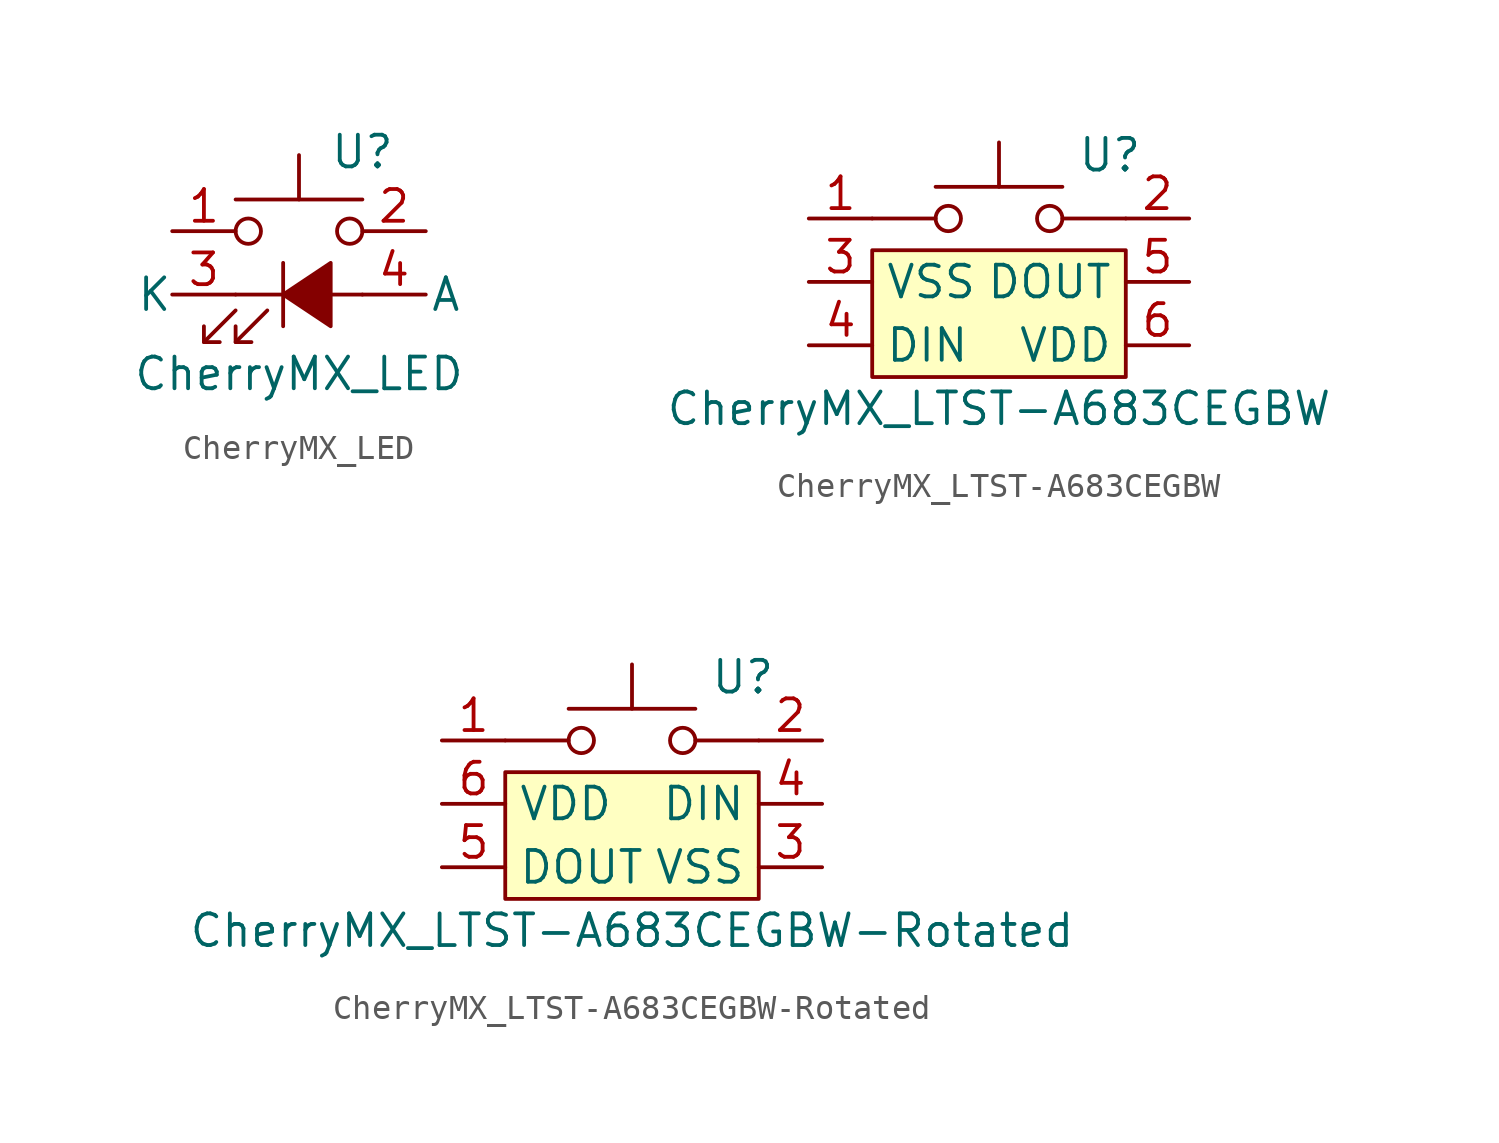
<source format=kicad_sym>
(kicad_symbol_lib
  (version 20211014)
  (generator kicad_symbol_editor)
  (symbol "CherryMX_LED"
    (pin_names
      (offset -3.988))
    (property "Reference" "U"
      (at 2.54 4.445 0)
      (effects (font (size 1.27 1.27))))
    (property "Value" "CherryMX_LED"
      (at 0 -4.445 0)
      (effects (font (size 1.27 1.27))))
    (symbol "CherryMX_LED_1_1"
      (circle (center -2.032 1.27) (radius 0.508) (stroke (width 0) (type default) (color 0 0 0 0)) (fill (type none)))
      (polyline (pts (xy -3.81 -3.175) (xy -2.54 -1.905)) (stroke (width 0) (type default) (color 0 0 0 0)) (fill (type none)))
      (polyline (pts (xy -2.54 -3.175) (xy -1.27 -1.905)) (stroke (width 0) (type default) (color 0 0 0 0)) (fill (type none)))
      (polyline (pts (xy -2.54 -1.27) (xy 2.54 -1.27)) (stroke (width 0) (type default) (color 0 0 0 0)) (fill (type none)))
      (polyline (pts (xy -0.635 0) (xy -0.635 -2.54)) (stroke (width 0) (type default) (color 0 0 0 0)) (fill (type none)))
      (polyline (pts (xy 0 2.54) (xy 0 4.318)) (stroke (width 0) (type default) (color 0 0 0 0)) (fill (type none)))
      (polyline (pts (xy 2.54 2.54) (xy -2.54 2.54)) (stroke (width 0) (type default) (color 0 0 0 0)) (fill (type none)))
      (polyline (pts (xy -3.81 -2.54) (xy -3.81 -3.175) (xy -3.175 -3.175)) (stroke (width 0) (type default) (color 0 0 0 0)) (fill (type none)))
      (polyline (pts (xy -2.54 -2.54) (xy -2.54 -3.175) (xy -1.905 -3.175)) (stroke (width 0) (type default) (color 0 0 0 0)) (fill (type none)))
      (polyline (pts (xy -0.635 -1.27) (xy 1.27 0) (xy 1.27 -2.54) (xy -0.635 -1.27)) (stroke (width 0) (type default) (color 0 0 0 0)) (fill (type outline)))
      (circle (center 2.032 1.27) (radius 0.508) (stroke (width 0) (type default) (color 0 0 0 0)) (fill (type none)))
      (pin passive line (at -5.08 1.27 0) (length 2.54) (name "~" (effects (font (size 1.27 1.27)))) (number "1" (effects (font (size 1.27 1.27)))))
      (pin passive line (at 5.08 1.27 180) (length 2.54) (name "~" (effects (font (size 1.27 1.27)))) (number "2" (effects (font (size 1.27 1.27)))))
      (pin passive line (at -5.08 -1.27 0) (length 2.54) (name "K" (effects (font (size 1.27 1.27)))) (number "3" (effects (font (size 1.27 1.27)))))
      (pin passive line (at 5.08 -1.27 180) (length 2.54) (name "A" (effects (font (size 1.27 1.27)))) (number "4" (effects (font (size 1.27 1.27)))))))
  (symbol "CherryMX_LTST-A683CEGBW"
    (property "Reference" "U"
      (at 4.445 5.08 0)
      (effects (font (size 1.27 1.27))))
    (property "Value" "CherryMX_LTST-A683CEGBW"
      (at 0 -5.08 0)
      (effects (font (size 1.27 1.27))))
    (symbol "CherryMX_LTST-A683CEGBW_0_1"
      (rectangle (start -5.08 1.27) (end 5.08 -3.81) (stroke (width 0) (type default) (color 0 0 0 0)) (fill (type background)))
      (polyline (pts (xy -5.08 2.54) (xy -2.54 2.54)) (stroke (width 0) (type default) (color 0 0 0 0)) (fill (type none)))
      (polyline (pts (xy 2.54 2.54) (xy 5.08 2.54)) (stroke (width 0) (type default) (color 0 0 0 0)) (fill (type none))))
    (symbol "CherryMX_LTST-A683CEGBW_1_1"
      (circle (center -2.032 2.54) (radius 0.508) (stroke (width 0) (type default) (color 0 0 0 0)) (fill (type none)))
      (polyline (pts (xy 0 3.81) (xy 0 5.588)) (stroke (width 0) (type default) (color 0 0 0 0)) (fill (type none)))
      (polyline (pts (xy 2.54 3.81) (xy -2.54 3.81)) (stroke (width 0) (type default) (color 0 0 0 0)) (fill (type none)))
      (circle (center 2.032 2.54) (radius 0.508) (stroke (width 0) (type default) (color 0 0 0 0)) (fill (type none)))
      (pin passive line (at -7.62 2.54 0) (length 2.54) (name "~" (effects (font (size 1.27 1.27)))) (number "1" (effects (font (size 1.27 1.27)))))
      (pin passive line (at 7.62 2.54 180) (length 2.54) (name "~" (effects (font (size 1.27 1.27)))) (number "2" (effects (font (size 1.27 1.27)))))
      (pin power_in line (at -7.62 0 0) (length 2.54) (name "VSS" (effects (font (size 1.27 1.27)))) (number "3" (effects (font (size 1.27 1.27)))))
      (pin input line (at -7.62 -2.54 0) (length 2.54) (name "DIN" (effects (font (size 1.27 1.27)))) (number "4" (effects (font (size 1.27 1.27)))))
      (pin output line (at 7.62 0 180) (length 2.54) (name "DOUT" (effects (font (size 1.27 1.27)))) (number "5" (effects (font (size 1.27 1.27)))))
      (pin power_in line (at 7.62 -2.54 180) (length 2.54) (name "VDD" (effects (font (size 1.27 1.27)))) (number "6" (effects (font (size 1.27 1.27)))))))
  (symbol "CherryMX_LTST-A683CEGBW-Rotated"
    (property "Reference" "U"
      (at 4.445 5.08 0)
      (effects (font (size 1.27 1.27))))
    (property "Value" "CherryMX_LTST-A683CEGBW-Rotated"
      (at 0 -5.08 0)
      (effects (font (size 1.27 1.27))))
    (symbol "CherryMX_LTST-A683CEGBW-Rotated_0_1"
      (polyline (pts (xy -5.08 2.54) (xy -2.54 2.54)) (stroke (width 0) (type default) (color 0 0 0 0)) (fill (type none)))
      (polyline (pts (xy 2.54 2.54) (xy 5.08 2.54)) (stroke (width 0) (type default) (color 0 0 0 0)) (fill (type none)))
      (rectangle (start 5.08 -3.81) (end -5.08 1.27) (stroke (width 0) (type default) (color 0 0 0 0)) (fill (type background))))
    (symbol "CherryMX_LTST-A683CEGBW-Rotated_1_1"
      (circle (center -2.032 2.54) (radius 0.508) (stroke (width 0) (type default) (color 0 0 0 0)) (fill (type none)))
      (polyline (pts (xy 0 3.81) (xy 0 5.588)) (stroke (width 0) (type default) (color 0 0 0 0)) (fill (type none)))
      (polyline (pts (xy 2.54 3.81) (xy -2.54 3.81)) (stroke (width 0) (type default) (color 0 0 0 0)) (fill (type none)))
      (circle (center 2.032 2.54) (radius 0.508) (stroke (width 0) (type default) (color 0 0 0 0)) (fill (type none)))
      (pin passive line (at -7.62 2.54 0) (length 2.54) (name "~" (effects (font (size 1.27 1.27)))) (number "1" (effects (font (size 1.27 1.27)))))
      (pin passive line (at 7.62 2.54 180) (length 2.54) (name "~" (effects (font (size 1.27 1.27)))) (number "2" (effects (font (size 1.27 1.27)))))
      (pin power_in line (at 7.62 -2.54 180) (length 2.54) (name "VSS" (effects (font (size 1.27 1.27)))) (number "3" (effects (font (size 1.27 1.27)))))
      (pin input line (at 7.62 0 180) (length 2.54) (name "DIN" (effects (font (size 1.27 1.27)))) (number "4" (effects (font (size 1.27 1.27)))))
      (pin output line (at -7.62 -2.54 0) (length 2.54) (name "DOUT" (effects (font (size 1.27 1.27)))) (number "5" (effects (font (size 1.27 1.27)))))
      (pin power_in line (at -7.62 0 0) (length 2.54) (name "VDD" (effects (font (size 1.27 1.27)))) (number "6" (effects (font (size 1.27 1.27))))))))
</source>
